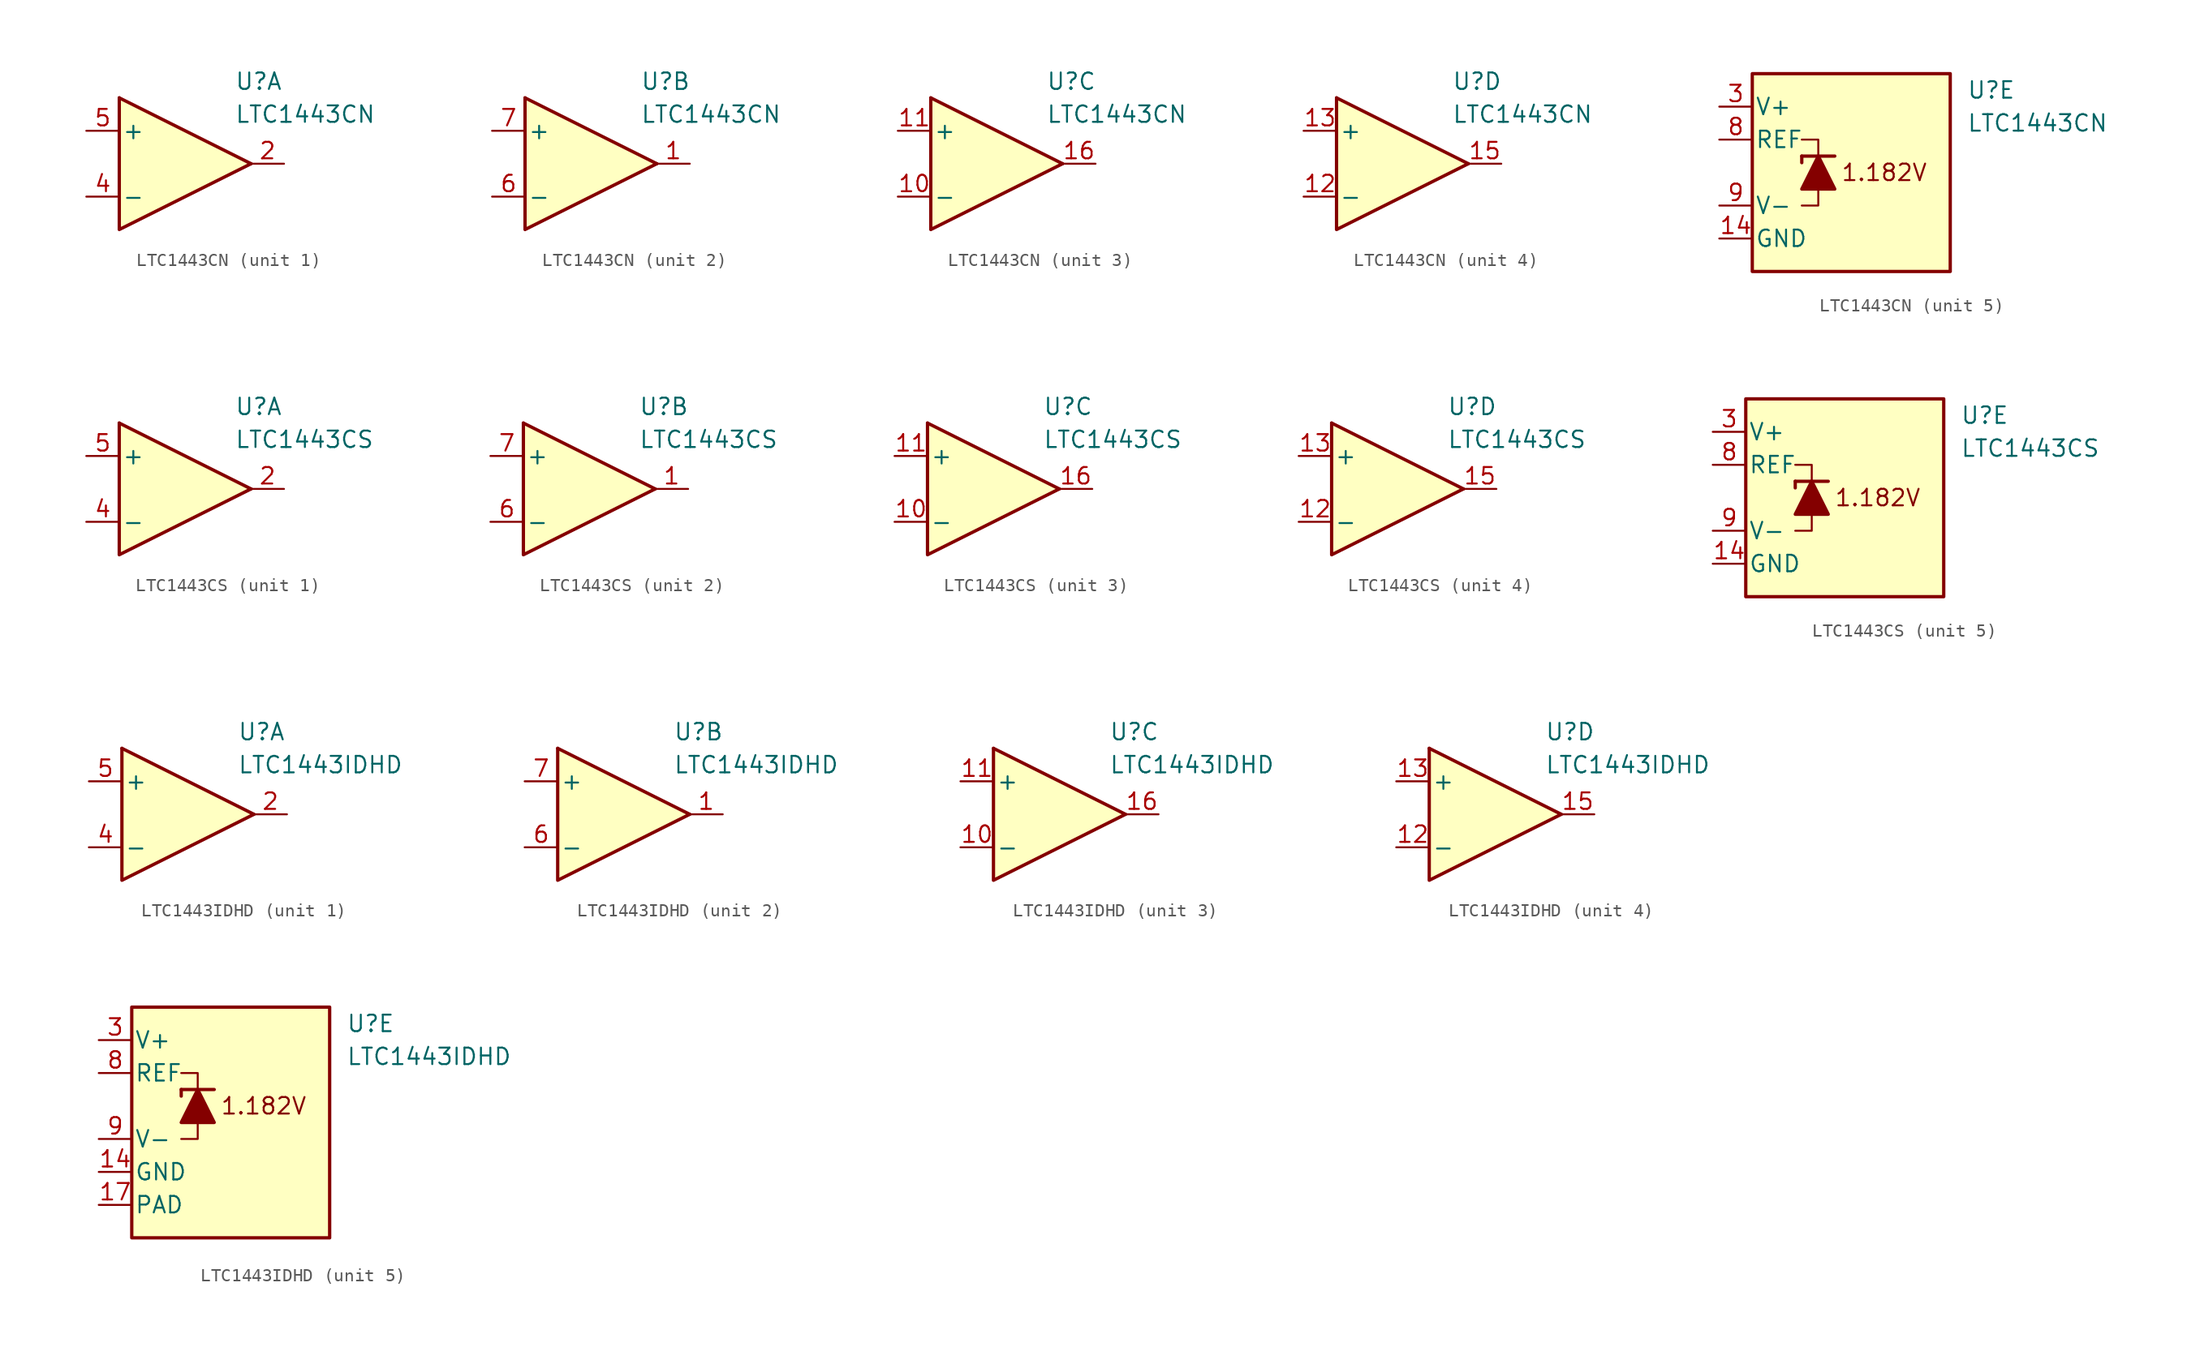
<source format=kicad_sym>
(kicad_symbol_lib
  (version 20231120)
  (generator "kicad_symbol_editor")
  (generator_version "8.0")
  (symbol "LTC1443CN"
    (pin_names
      (offset 0.2))
    (property "Reference" "U"
      (at 5.08 6.35 0)
      (effects (font (size 1.27 1.27)) (justify left)))
    (property "Value" "LTC1443CN"
      (at 5.08 3.81 0)
      (effects (font (size 1.27 1.27)) (justify left)))
    (property "ki_locked" ""
      (at 0 0 0)
      (effects (font (size 1.27 1.27))))
    (symbol "LTC1443CN_1_1"
      (polyline (pts (xy -3.81 5.08) (xy 6.35 0)) (stroke (width 0.254) (type default)) (fill (type none)))
      (polyline (pts (xy -3.81 5.08) (xy -3.81 -5.08) (xy 6.35 0)) (stroke (width 0.254) (type default)) (fill (type background)))
      (pin output line (at 8.89 0 180) (length 2.54) (name "~" (effects (font (size 1.27 1.27)))) (number "2" (effects (font (size 1.27 1.27)))))
      (pin input line (at -6.35 -2.54 0) (length 2.54) (name "-" (effects (font (size 1.27 1.27)))) (number "4" (effects (font (size 1.27 1.27)))))
      (pin input line (at -6.35 2.54 0) (length 2.54) (name "+" (effects (font (size 1.27 1.27)))) (number "5" (effects (font (size 1.27 1.27))))))
    (symbol "LTC1443CN_2_1"
      (polyline (pts (xy -3.81 5.08) (xy 6.35 0)) (stroke (width 0.254) (type default)) (fill (type none)))
      (polyline (pts (xy -3.81 5.08) (xy -3.81 -5.08) (xy 6.35 0)) (stroke (width 0.254) (type default)) (fill (type background)))
      (pin output line (at 8.89 0 180) (length 2.54) (name "~" (effects (font (size 1.27 1.27)))) (number "1" (effects (font (size 1.27 1.27)))))
      (pin input line (at -6.35 -2.54 0) (length 2.54) (name "-" (effects (font (size 1.27 1.27)))) (number "6" (effects (font (size 1.27 1.27)))))
      (pin input line (at -6.35 2.54 0) (length 2.54) (name "+" (effects (font (size 1.27 1.27)))) (number "7" (effects (font (size 1.27 1.27))))))
    (symbol "LTC1443CN_3_1"
      (polyline (pts (xy -3.81 5.08) (xy 6.35 0)) (stroke (width 0.254) (type default)) (fill (type none)))
      (polyline (pts (xy -3.81 5.08) (xy -3.81 -5.08) (xy 6.35 0)) (stroke (width 0.254) (type default)) (fill (type background)))
      (pin input line (at -6.35 -2.54 0) (length 2.54) (name "-" (effects (font (size 1.27 1.27)))) (number "10" (effects (font (size 1.27 1.27)))))
      (pin input line (at -6.35 2.54 0) (length 2.54) (name "+" (effects (font (size 1.27 1.27)))) (number "11" (effects (font (size 1.27 1.27)))))
      (pin output line (at 8.89 0 180) (length 2.54) (name "~" (effects (font (size 1.27 1.27)))) (number "16" (effects (font (size 1.27 1.27))))))
    (symbol "LTC1443CN_4_1"
      (polyline (pts (xy -3.81 5.08) (xy 6.35 0)) (stroke (width 0.254) (type default)) (fill (type none)))
      (polyline (pts (xy -3.81 5.08) (xy -3.81 -5.08) (xy 6.35 0)) (stroke (width 0.254) (type default)) (fill (type background)))
      (pin input line (at -6.35 -2.54 0) (length 2.54) (name "-" (effects (font (size 1.27 1.27)))) (number "12" (effects (font (size 1.27 1.27)))))
      (pin input line (at -6.35 2.54 0) (length 2.54) (name "+" (effects (font (size 1.27 1.27)))) (number "13" (effects (font (size 1.27 1.27)))))
      (pin output line (at 8.89 0 180) (length 2.54) (name "~" (effects (font (size 1.27 1.27)))) (number "15" (effects (font (size 1.27 1.27))))))
    (symbol "LTC1443CN_5_0"
      (text "1.182V" (at -1.27 0 0) (effects (font (size 1.27 1.27)))))
    (symbol "LTC1443CN_5_1"
      (rectangle (start -11.43 7.62) (end 3.81 -7.62) (stroke (width 0.254) (type default)) (fill (type background)))
      (polyline (pts (xy -7.62 1.27) (xy -7.62 0.762)) (stroke (width 0.254) (type default)) (fill (type none)))
      (polyline (pts (xy -7.62 1.27) (xy -5.08 1.27)) (stroke (width 0.254) (type default)) (fill (type none)))
      (polyline (pts (xy -6.35 -1.27) (xy -6.35 -2.54) (xy -7.62 -2.54)) (stroke (width 0) (type default)) (fill (type none)))
      (polyline (pts (xy -6.35 1.27) (xy -6.35 2.54) (xy -7.62 2.54)) (stroke (width 0) (type default)) (fill (type none)))
      (polyline (pts (xy -5.08 -1.27) (xy -7.62 -1.27) (xy -6.35 1.27) (xy -5.08 -1.27)) (stroke (width 0.254) (type default)) (fill (type outline)))
      (pin power_in line (at -13.97 -5.08 0) (length 2.54) (name "GND" (effects (font (size 1.27 1.27)))) (number "14" (effects (font (size 1.27 1.27)))))
      (pin power_in line (at -13.97 5.08 0) (length 2.54) (name "V+" (effects (font (size 1.27 1.27)))) (number "3" (effects (font (size 1.27 1.27)))))
      (pin output line (at -13.97 2.54 0) (length 2.54) (name "REF" (effects (font (size 1.27 1.27)))) (number "8" (effects (font (size 1.27 1.27)))))
      (pin power_in line (at -13.97 -2.54 0) (length 2.54) (name "V-" (effects (font (size 1.27 1.27)))) (number "9" (effects (font (size 1.27 1.27)))))))
  (symbol "LTC1443CS"
    (pin_names
      (offset 0.2))
    (property "Reference" "U"
      (at 5.08 6.35 0)
      (effects (font (size 1.27 1.27)) (justify left)))
    (property "Value" "LTC1443CS"
      (at 5.08 3.81 0)
      (effects (font (size 1.27 1.27)) (justify left)))
    (property "ki_locked" ""
      (at 0 0 0)
      (effects (font (size 1.27 1.27))))
    (symbol "LTC1443CS_1_1"
      (polyline (pts (xy -3.81 5.08) (xy 6.35 0)) (stroke (width 0.254) (type default)) (fill (type none)))
      (polyline (pts (xy -3.81 5.08) (xy -3.81 -5.08) (xy 6.35 0)) (stroke (width 0.254) (type default)) (fill (type background)))
      (pin output line (at 8.89 0 180) (length 2.54) (name "~" (effects (font (size 1.27 1.27)))) (number "2" (effects (font (size 1.27 1.27)))))
      (pin input line (at -6.35 -2.54 0) (length 2.54) (name "-" (effects (font (size 1.27 1.27)))) (number "4" (effects (font (size 1.27 1.27)))))
      (pin input line (at -6.35 2.54 0) (length 2.54) (name "+" (effects (font (size 1.27 1.27)))) (number "5" (effects (font (size 1.27 1.27))))))
    (symbol "LTC1443CS_2_1"
      (polyline (pts (xy -3.81 5.08) (xy 6.35 0)) (stroke (width 0.254) (type default)) (fill (type none)))
      (polyline (pts (xy -3.81 5.08) (xy -3.81 -5.08) (xy 6.35 0)) (stroke (width 0.254) (type default)) (fill (type background)))
      (pin output line (at 8.89 0 180) (length 2.54) (name "~" (effects (font (size 1.27 1.27)))) (number "1" (effects (font (size 1.27 1.27)))))
      (pin input line (at -6.35 -2.54 0) (length 2.54) (name "-" (effects (font (size 1.27 1.27)))) (number "6" (effects (font (size 1.27 1.27)))))
      (pin input line (at -6.35 2.54 0) (length 2.54) (name "+" (effects (font (size 1.27 1.27)))) (number "7" (effects (font (size 1.27 1.27))))))
    (symbol "LTC1443CS_3_1"
      (polyline (pts (xy -3.81 5.08) (xy 6.35 0)) (stroke (width 0.254) (type default)) (fill (type none)))
      (polyline (pts (xy -3.81 5.08) (xy -3.81 -5.08) (xy 6.35 0)) (stroke (width 0.254) (type default)) (fill (type background)))
      (pin input line (at -6.35 -2.54 0) (length 2.54) (name "-" (effects (font (size 1.27 1.27)))) (number "10" (effects (font (size 1.27 1.27)))))
      (pin input line (at -6.35 2.54 0) (length 2.54) (name "+" (effects (font (size 1.27 1.27)))) (number "11" (effects (font (size 1.27 1.27)))))
      (pin output line (at 8.89 0 180) (length 2.54) (name "~" (effects (font (size 1.27 1.27)))) (number "16" (effects (font (size 1.27 1.27))))))
    (symbol "LTC1443CS_4_1"
      (polyline (pts (xy -3.81 5.08) (xy 6.35 0)) (stroke (width 0.254) (type default)) (fill (type none)))
      (polyline (pts (xy -3.81 5.08) (xy -3.81 -5.08) (xy 6.35 0)) (stroke (width 0.254) (type default)) (fill (type background)))
      (pin input line (at -6.35 -2.54 0) (length 2.54) (name "-" (effects (font (size 1.27 1.27)))) (number "12" (effects (font (size 1.27 1.27)))))
      (pin input line (at -6.35 2.54 0) (length 2.54) (name "+" (effects (font (size 1.27 1.27)))) (number "13" (effects (font (size 1.27 1.27)))))
      (pin output line (at 8.89 0 180) (length 2.54) (name "~" (effects (font (size 1.27 1.27)))) (number "15" (effects (font (size 1.27 1.27))))))
    (symbol "LTC1443CS_5_0"
      (text "1.182V" (at -1.27 0 0) (effects (font (size 1.27 1.27)))))
    (symbol "LTC1443CS_5_1"
      (rectangle (start -11.43 7.62) (end 3.81 -7.62) (stroke (width 0.254) (type default)) (fill (type background)))
      (polyline (pts (xy -7.62 1.27) (xy -7.62 0.762)) (stroke (width 0.254) (type default)) (fill (type none)))
      (polyline (pts (xy -7.62 1.27) (xy -5.08 1.27)) (stroke (width 0.254) (type default)) (fill (type none)))
      (polyline (pts (xy -6.35 -1.27) (xy -6.35 -2.54) (xy -7.62 -2.54)) (stroke (width 0) (type default)) (fill (type none)))
      (polyline (pts (xy -6.35 1.27) (xy -6.35 2.54) (xy -7.62 2.54)) (stroke (width 0) (type default)) (fill (type none)))
      (polyline (pts (xy -5.08 -1.27) (xy -7.62 -1.27) (xy -6.35 1.27) (xy -5.08 -1.27)) (stroke (width 0.254) (type default)) (fill (type outline)))
      (pin power_in line (at -13.97 -5.08 0) (length 2.54) (name "GND" (effects (font (size 1.27 1.27)))) (number "14" (effects (font (size 1.27 1.27)))))
      (pin power_in line (at -13.97 5.08 0) (length 2.54) (name "V+" (effects (font (size 1.27 1.27)))) (number "3" (effects (font (size 1.27 1.27)))))
      (pin output line (at -13.97 2.54 0) (length 2.54) (name "REF" (effects (font (size 1.27 1.27)))) (number "8" (effects (font (size 1.27 1.27)))))
      (pin power_in line (at -13.97 -2.54 0) (length 2.54) (name "V-" (effects (font (size 1.27 1.27)))) (number "9" (effects (font (size 1.27 1.27)))))))
  (symbol "LTC1443IDHD"
    (pin_names
      (offset 0.2))
    (property "Reference" "U"
      (at 5.08 6.35 0)
      (effects (font (size 1.27 1.27)) (justify left)))
    (property "Value" "LTC1443IDHD"
      (at 5.08 3.81 0)
      (effects (font (size 1.27 1.27)) (justify left)))
    (property "ki_locked" ""
      (at 0 0 0)
      (effects (font (size 1.27 1.27))))
    (symbol "LTC1443IDHD_1_1"
      (polyline (pts (xy -3.81 5.08) (xy 6.35 0)) (stroke (width 0.254) (type default)) (fill (type none)))
      (polyline (pts (xy -3.81 5.08) (xy -3.81 -5.08) (xy 6.35 0)) (stroke (width 0.254) (type default)) (fill (type background)))
      (pin output line (at 8.89 0 180) (length 2.54) (name "~" (effects (font (size 1.27 1.27)))) (number "2" (effects (font (size 1.27 1.27)))))
      (pin input line (at -6.35 -2.54 0) (length 2.54) (name "-" (effects (font (size 1.27 1.27)))) (number "4" (effects (font (size 1.27 1.27)))))
      (pin input line (at -6.35 2.54 0) (length 2.54) (name "+" (effects (font (size 1.27 1.27)))) (number "5" (effects (font (size 1.27 1.27))))))
    (symbol "LTC1443IDHD_2_1"
      (polyline (pts (xy -3.81 5.08) (xy 6.35 0)) (stroke (width 0.254) (type default)) (fill (type none)))
      (polyline (pts (xy -3.81 5.08) (xy -3.81 -5.08) (xy 6.35 0)) (stroke (width 0.254) (type default)) (fill (type background)))
      (pin output line (at 8.89 0 180) (length 2.54) (name "~" (effects (font (size 1.27 1.27)))) (number "1" (effects (font (size 1.27 1.27)))))
      (pin input line (at -6.35 -2.54 0) (length 2.54) (name "-" (effects (font (size 1.27 1.27)))) (number "6" (effects (font (size 1.27 1.27)))))
      (pin input line (at -6.35 2.54 0) (length 2.54) (name "+" (effects (font (size 1.27 1.27)))) (number "7" (effects (font (size 1.27 1.27))))))
    (symbol "LTC1443IDHD_3_1"
      (polyline (pts (xy -3.81 5.08) (xy 6.35 0)) (stroke (width 0.254) (type default)) (fill (type none)))
      (polyline (pts (xy -3.81 5.08) (xy -3.81 -5.08) (xy 6.35 0)) (stroke (width 0.254) (type default)) (fill (type background)))
      (pin input line (at -6.35 -2.54 0) (length 2.54) (name "-" (effects (font (size 1.27 1.27)))) (number "10" (effects (font (size 1.27 1.27)))))
      (pin input line (at -6.35 2.54 0) (length 2.54) (name "+" (effects (font (size 1.27 1.27)))) (number "11" (effects (font (size 1.27 1.27)))))
      (pin output line (at 8.89 0 180) (length 2.54) (name "~" (effects (font (size 1.27 1.27)))) (number "16" (effects (font (size 1.27 1.27))))))
    (symbol "LTC1443IDHD_4_1"
      (polyline (pts (xy -3.81 5.08) (xy 6.35 0)) (stroke (width 0.254) (type default)) (fill (type none)))
      (polyline (pts (xy -3.81 5.08) (xy -3.81 -5.08) (xy 6.35 0)) (stroke (width 0.254) (type default)) (fill (type background)))
      (pin input line (at -6.35 -2.54 0) (length 2.54) (name "-" (effects (font (size 1.27 1.27)))) (number "12" (effects (font (size 1.27 1.27)))))
      (pin input line (at -6.35 2.54 0) (length 2.54) (name "+" (effects (font (size 1.27 1.27)))) (number "13" (effects (font (size 1.27 1.27)))))
      (pin output line (at 8.89 0 180) (length 2.54) (name "~" (effects (font (size 1.27 1.27)))) (number "15" (effects (font (size 1.27 1.27))))))
    (symbol "LTC1443IDHD_5_0"
      (text "1.182V" (at -1.27 0 0) (effects (font (size 1.27 1.27)))))
    (symbol "LTC1443IDHD_5_1"
      (rectangle (start -11.43 7.62) (end 3.81 -10.16) (stroke (width 0.254) (type default)) (fill (type background)))
      (polyline (pts (xy -7.62 1.27) (xy -7.62 0.762)) (stroke (width 0.254) (type default)) (fill (type none)))
      (polyline (pts (xy -7.62 1.27) (xy -5.08 1.27)) (stroke (width 0.254) (type default)) (fill (type none)))
      (polyline (pts (xy -6.35 -1.27) (xy -6.35 -2.54) (xy -7.62 -2.54)) (stroke (width 0) (type default)) (fill (type none)))
      (polyline (pts (xy -6.35 1.27) (xy -6.35 2.54) (xy -7.62 2.54)) (stroke (width 0) (type default)) (fill (type none)))
      (polyline (pts (xy -5.08 -1.27) (xy -7.62 -1.27) (xy -6.35 1.27) (xy -5.08 -1.27)) (stroke (width 0.254) (type default)) (fill (type outline)))
      (pin power_in line (at -13.97 -5.08 0) (length 2.54) (name "GND" (effects (font (size 1.27 1.27)))) (number "14" (effects (font (size 1.27 1.27)))))
      (pin power_in line (at -13.97 -7.62 0) (length 2.54) (name "PAD" (effects (font (size 1.27 1.27)))) (number "17" (effects (font (size 1.27 1.27)))))
      (pin power_in line (at -13.97 5.08 0) (length 2.54) (name "V+" (effects (font (size 1.27 1.27)))) (number "3" (effects (font (size 1.27 1.27)))))
      (pin output line (at -13.97 2.54 0) (length 2.54) (name "REF" (effects (font (size 1.27 1.27)))) (number "8" (effects (font (size 1.27 1.27)))))
      (pin power_in line (at -13.97 -2.54 0) (length 2.54) (name "V-" (effects (font (size 1.27 1.27)))) (number "9" (effects (font (size 1.27 1.27))))))))
</source>
